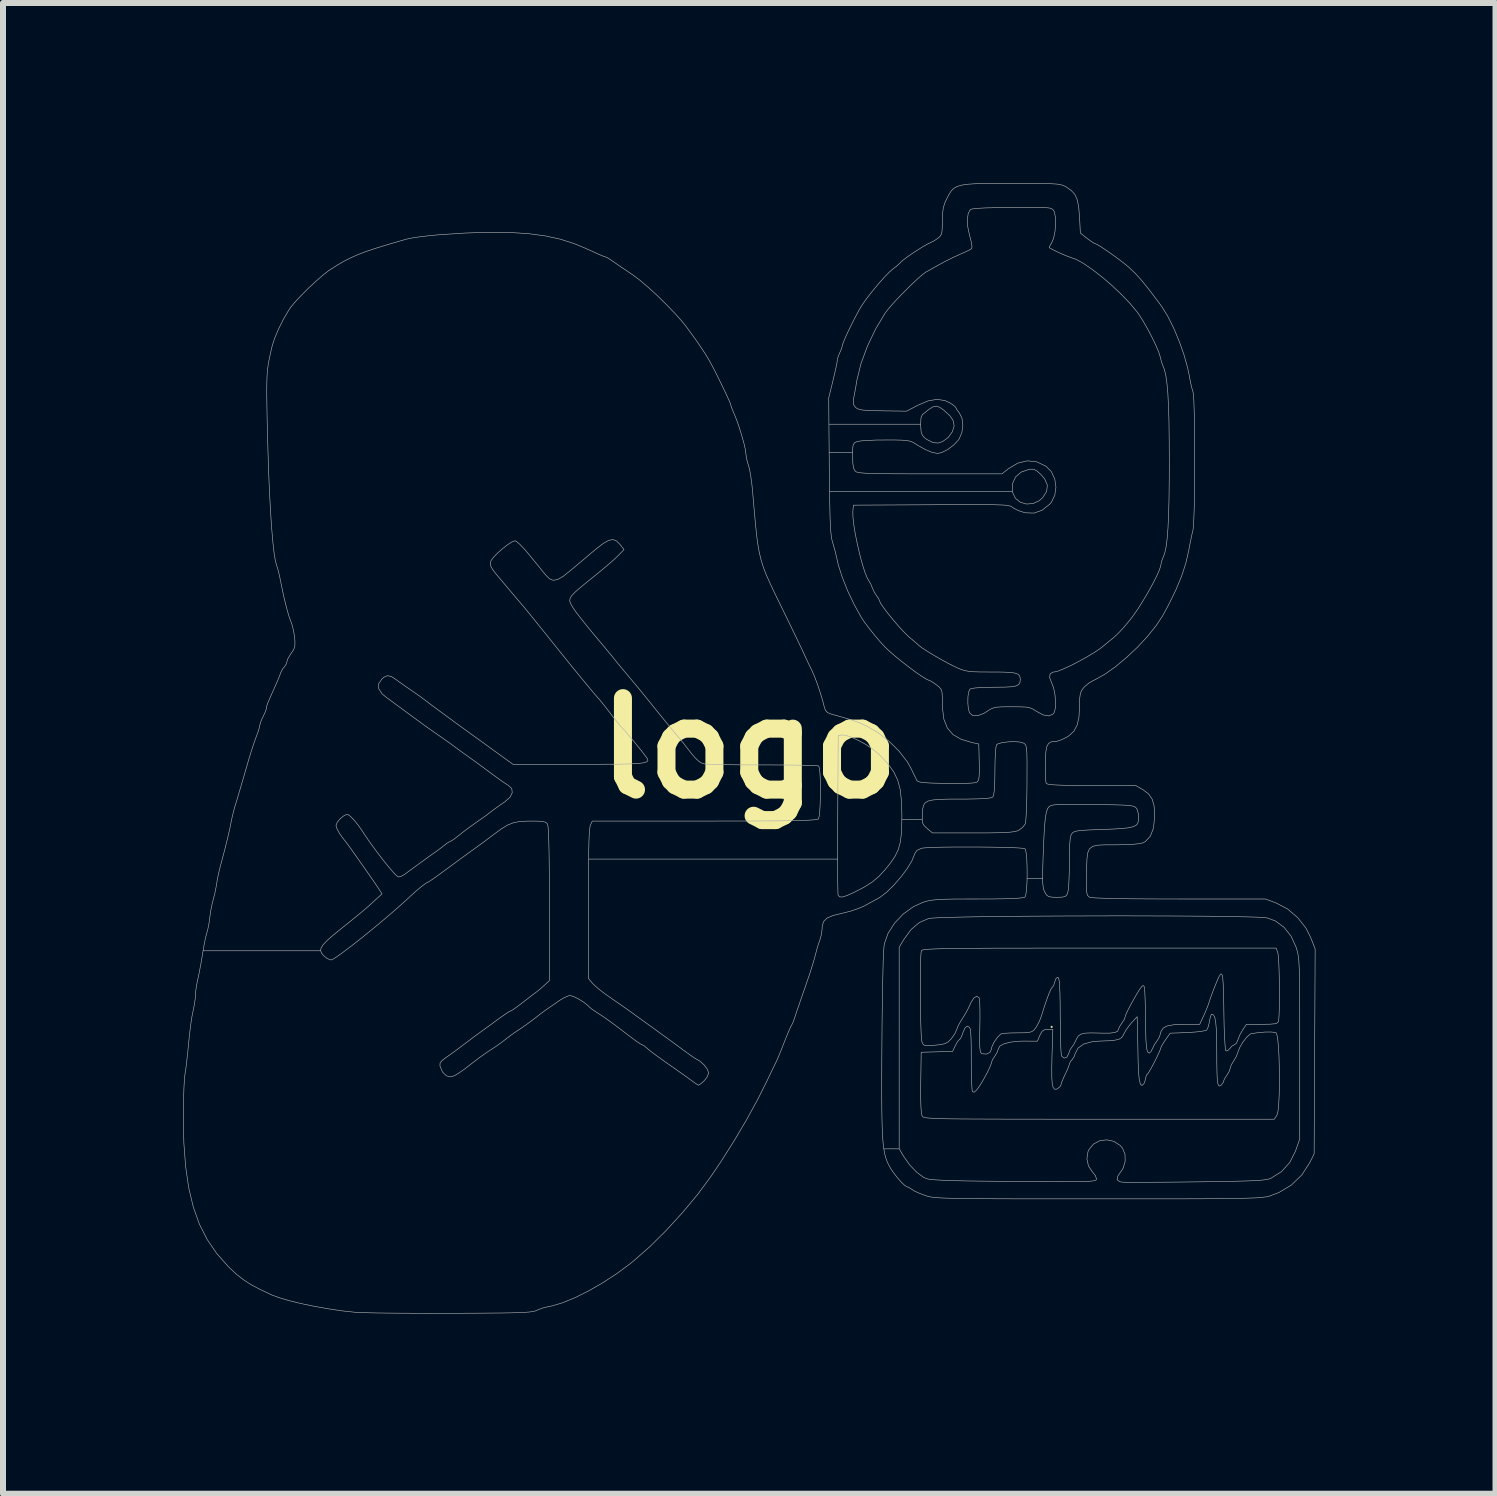
<source format=kicad_pcb>
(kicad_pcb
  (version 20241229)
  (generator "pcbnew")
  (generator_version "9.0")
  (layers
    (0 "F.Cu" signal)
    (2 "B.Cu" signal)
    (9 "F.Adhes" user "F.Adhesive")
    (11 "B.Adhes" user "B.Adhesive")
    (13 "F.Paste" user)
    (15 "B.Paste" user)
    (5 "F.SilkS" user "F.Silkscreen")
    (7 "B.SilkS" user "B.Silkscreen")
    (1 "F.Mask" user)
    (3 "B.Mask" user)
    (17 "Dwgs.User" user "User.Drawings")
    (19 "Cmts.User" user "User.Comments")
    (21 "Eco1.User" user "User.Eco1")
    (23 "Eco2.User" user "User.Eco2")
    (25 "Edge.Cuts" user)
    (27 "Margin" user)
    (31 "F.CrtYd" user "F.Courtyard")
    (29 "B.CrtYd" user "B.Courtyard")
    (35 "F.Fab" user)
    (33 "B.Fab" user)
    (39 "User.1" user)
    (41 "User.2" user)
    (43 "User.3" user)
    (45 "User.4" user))
  (footprint "logo"
    (layer "F.Cu")
    (at 9.434 9.417)
    (property "Reference" "logo" (at 0 0 0) (layer "F.SilkS") (effects (font (size 1.524 1.524) (thickness 0.3))))
    (attr through_hole)
    (fp_poly (pts (xy 5.052 4.643) (xy 5.038 4.657) (xy 5.024 4.643) (xy 5.038 4.628) (xy 5.052 4.643)) (stroke (width 0.01) (type solid)) (fill yes) (layer "F.SilkS"))
    (fp_poly (pts (xy 7.736 4.444) (xy 7.757 4.487) (xy 7.772 4.565) (xy 7.782 4.683) (xy 7.788 4.848) (xy 7.789 5.048) (xy 7.79 5.251) (xy 7.793 5.405) (xy 7.798 5.513) (xy 7.807 5.583) (xy 7.82 5.619) (xy 7.838 5.628) (xy 7.861 5.615) (xy 7.863 5.613) (xy 7.897 5.569) (xy 7.903 5.549) (xy 7.919 5.506) (xy 7.958 5.447) (xy 7.959 5.447) (xy 7.998 5.383) (xy 8.014 5.331) (xy 8.031 5.276) (xy 8.067 5.218) (xy 8.113 5.141) (xy 8.138 5.076) (xy 8.17 4.99) (xy 8.223 4.899) (xy 8.284 4.819) (xy 8.342 4.767) (xy 8.366 4.756) (xy 8.479 4.739) (xy 8.594 4.729) (xy 8.694 4.728) (xy 8.762 4.735) (xy 8.777 4.741) (xy 8.793 4.778) (xy 8.807 4.863) (xy 8.818 4.983) (xy 8.826 5.131) (xy 8.831 5.297) (xy 8.834 5.469) (xy 8.833 5.64) (xy 8.829 5.798) (xy 8.821 5.935) (xy 8.811 6.04) (xy 8.796 6.104) (xy 8.792 6.113) (xy 8.748 6.181) (xy 5.828 6.181) (xy 5.359 6.181) (xy 4.942 6.181) (xy 4.576 6.18) (xy 4.256 6.18) (xy 3.98 6.179) (xy 3.744 6.178) (xy 3.545 6.177) (xy 3.38 6.175) (xy 3.246 6.173) (xy 3.139 6.17) (xy 3.055 6.166) (xy 2.993 6.162) (xy 2.948 6.157) (xy 2.918 6.151) (xy 2.899 6.145) (xy 2.888 6.137) (xy 2.881 6.128) (xy 2.879 6.125) (xy 2.868 6.073) (xy 2.86 5.97) (xy 2.856 5.821) (xy 2.856 5.632) (xy 2.857 5.567) (xy 2.865 5.066) (xy 3.127 5.058) (xy 3.389 5.05) (xy 3.435 4.952) (xy 3.47 4.889) (xy 3.499 4.856) (xy 3.504 4.854) (xy 3.524 4.83) (xy 3.55 4.769) (xy 3.559 4.741) (xy 3.594 4.662) (xy 3.632 4.63) (xy 3.668 4.65) (xy 3.682 4.678) (xy 3.689 4.722) (xy 3.694 4.811) (xy 3.698 4.936) (xy 3.699 5.087) (xy 3.699 5.207) (xy 3.7 5.368) (xy 3.703 5.51) (xy 3.708 5.623) (xy 3.714 5.698) (xy 3.72 5.722) (xy 3.746 5.732) (xy 3.787 5.696) (xy 3.808 5.67) (xy 3.86 5.592) (xy 3.916 5.496) (xy 3.97 5.396) (xy 4.011 5.309) (xy 4.034 5.248) (xy 4.036 5.236) (xy 4.052 5.19) (xy 4.091 5.13) (xy 4.092 5.129) (xy 4.132 5.064) (xy 4.149 5.011) (xy 4.175 4.962) (xy 4.25 4.923) (xy 4.364 4.895) (xy 4.509 4.881) (xy 4.578 4.88) (xy 4.801 4.881) (xy 4.842 4.783) (xy 4.879 4.716) (xy 4.924 4.689) (xy 4.97 4.685) (xy 5.058 4.685) (xy 5.044 5.129) (xy 5.04 5.33) (xy 5.041 5.48) (xy 5.048 5.585) (xy 5.062 5.649) (xy 5.085 5.68) (xy 5.116 5.682) (xy 5.136 5.673) (xy 5.181 5.635) (xy 5.194 5.608) (xy 5.206 5.565) (xy 5.237 5.491) (xy 5.264 5.433) (xy 5.303 5.349) (xy 5.328 5.284) (xy 5.334 5.26) (xy 5.354 5.216) (xy 5.375 5.194) (xy 5.411 5.142) (xy 5.432 5.085) (xy 5.48 4.994) (xy 5.575 4.928) (xy 5.716 4.889) (xy 5.83 4.88) (xy 5.982 4.874) (xy 6.087 4.865) (xy 6.157 4.85) (xy 6.2 4.825) (xy 6.228 4.788) (xy 6.24 4.763) (xy 6.281 4.689) (xy 6.344 4.604) (xy 6.369 4.575) (xy 6.463 4.473) (xy 6.468 4.657) (xy 6.47 4.759) (xy 6.473 4.899) (xy 6.476 5.057) (xy 6.479 5.202) (xy 6.485 5.388) (xy 6.498 5.519) (xy 6.517 5.596) (xy 6.542 5.62) (xy 6.574 5.591) (xy 6.577 5.588) (xy 6.601 5.523) (xy 6.604 5.498) (xy 6.618 5.447) (xy 6.632 5.433) (xy 6.655 5.402) (xy 6.695 5.334) (xy 6.742 5.246) (xy 6.79 5.152) (xy 6.829 5.067) (xy 6.854 5.007) (xy 6.858 4.99) (xy 6.873 4.956) (xy 6.911 4.894) (xy 6.936 4.858) (xy 7.013 4.748) (xy 7.302 4.737) (xy 7.426 4.729) (xy 7.53 4.718) (xy 7.6 4.704) (xy 7.622 4.695) (xy 7.645 4.648) (xy 7.664 4.572) (xy 7.668 4.547) (xy 7.683 4.475) (xy 7.701 4.434) (xy 7.707 4.431) (xy 7.736 4.444)) (stroke (width 0.01) (type solid)) (fill no) (layer "F.Fab"))
    (fp_poly (pts (xy 8.806 3.403) (xy 8.814 3.452) (xy 8.821 3.547) (xy 8.827 3.675) (xy 8.831 3.825) (xy 8.833 3.986) (xy 8.834 4.147) (xy 8.832 4.295) (xy 8.829 4.421) (xy 8.823 4.512) (xy 8.816 4.556) (xy 8.798 4.577) (xy 8.755 4.591) (xy 8.677 4.598) (xy 8.555 4.6) (xy 8.541 4.6) (xy 8.283 4.601) (xy 8.222 4.692) (xy 8.175 4.774) (xy 8.143 4.854) (xy 8.141 4.861) (xy 8.116 4.917) (xy 8.086 4.939) (xy 8.045 4.96) (xy 8.008 5.002) (xy 7.969 5.041) (xy 7.941 5.042) (xy 7.933 5.008) (xy 7.926 4.926) (xy 7.919 4.805) (xy 7.913 4.654) (xy 7.909 4.481) (xy 7.908 4.422) (xy 7.905 4.203) (xy 7.901 4.035) (xy 7.896 3.913) (xy 7.889 3.83) (xy 7.881 3.781) (xy 7.869 3.761) (xy 7.855 3.764) (xy 7.848 3.77) (xy 7.826 3.808) (xy 7.792 3.884) (xy 7.752 3.982) (xy 7.712 4.086) (xy 7.678 4.181) (xy 7.662 4.233) (xy 7.639 4.298) (xy 7.602 4.39) (xy 7.574 4.452) (xy 7.505 4.6) (xy 7.241 4.6) (xy 7.082 4.606) (xy 6.971 4.625) (xy 6.9 4.66) (xy 6.861 4.715) (xy 6.85 4.761) (xy 6.823 4.833) (xy 6.795 4.874) (xy 6.75 4.94) (xy 6.72 5.002) (xy 6.691 5.058) (xy 6.664 5.08) (xy 6.644 5.069) (xy 6.628 5.032) (xy 6.617 4.963) (xy 6.609 4.857) (xy 6.605 4.706) (xy 6.602 4.505) (xy 6.602 4.487) (xy 6.6 4.327) (xy 6.596 4.184) (xy 6.591 4.069) (xy 6.584 3.993) (xy 6.579 3.968) (xy 6.565 3.953) (xy 6.541 3.969) (xy 6.502 4.021) (xy 6.445 4.115) (xy 6.412 4.173) (xy 6.351 4.283) (xy 6.302 4.378) (xy 6.272 4.445) (xy 6.265 4.469) (xy 6.249 4.517) (xy 6.209 4.579) (xy 6.209 4.58) (xy 6.17 4.638) (xy 6.152 4.68) (xy 6.152 4.681) (xy 6.139 4.715) (xy 6.092 4.736) (xy 6.006 4.747) (xy 5.873 4.747) (xy 5.835 4.746) (xy 5.69 4.743) (xy 5.589 4.748) (xy 5.523 4.765) (xy 5.481 4.796) (xy 5.452 4.845) (xy 5.444 4.862) (xy 5.41 4.932) (xy 5.376 4.98) (xy 5.374 4.981) (xy 5.343 5.028) (xy 5.323 5.087) (xy 5.293 5.146) (xy 5.25 5.163) (xy 5.21 5.136) (xy 5.202 5.118) (xy 5.196 5.077) (xy 5.191 4.989) (xy 5.187 4.862) (xy 5.184 4.705) (xy 5.182 4.527) (xy 5.181 4.45) (xy 5.18 4.235) (xy 5.176 4.071) (xy 5.171 3.952) (xy 5.164 3.874) (xy 5.154 3.83) (xy 5.143 3.817) (xy 5.113 3.833) (xy 5.09 3.892) (xy 5.072 3.953) (xy 5.052 3.979) (xy 5.051 3.979) (xy 5.031 4.005) (xy 4.999 4.074) (xy 4.961 4.176) (xy 4.918 4.3) (xy 4.876 4.437) (xy 4.872 4.451) (xy 4.834 4.55) (xy 4.785 4.641) (xy 4.775 4.656) (xy 4.742 4.697) (xy 4.708 4.722) (xy 4.66 4.735) (xy 4.584 4.741) (xy 4.465 4.742) (xy 4.351 4.744) (xy 4.257 4.75) (xy 4.2 4.759) (xy 4.19 4.763) (xy 4.132 4.821) (xy 4.077 4.9) (xy 4.042 4.976) (xy 4.036 5.01) (xy 4.012 5.066) (xy 3.953 5.096) (xy 3.879 5.09) (xy 3.875 5.088) (xy 3.859 5.074) (xy 3.848 5.041) (xy 3.841 4.982) (xy 3.839 4.888) (xy 3.84 4.75) (xy 3.842 4.631) (xy 3.844 4.478) (xy 3.843 4.343) (xy 3.84 4.237) (xy 3.834 4.172) (xy 3.83 4.157) (xy 3.792 4.133) (xy 3.745 4.159) (xy 3.697 4.23) (xy 3.685 4.257) (xy 3.643 4.347) (xy 3.597 4.431) (xy 3.534 4.532) (xy 3.523 4.548) (xy 3.481 4.624) (xy 3.456 4.689) (xy 3.427 4.754) (xy 3.375 4.829) (xy 3.364 4.843) (xy 3.315 4.892) (xy 3.263 4.921) (xy 3.188 4.938) (xy 3.096 4.948) (xy 2.995 4.956) (xy 2.935 4.955) (xy 2.903 4.941) (xy 2.884 4.91) (xy 2.878 4.894) (xy 2.871 4.848) (xy 2.864 4.755) (xy 2.859 4.625) (xy 2.855 4.467) (xy 2.853 4.292) (xy 2.851 4.108) (xy 2.85 3.926) (xy 2.851 3.755) (xy 2.854 3.604) (xy 2.857 3.484) (xy 2.863 3.403) (xy 2.868 3.375) (xy 2.874 3.368) (xy 2.891 3.361) (xy 2.92 3.356) (xy 2.965 3.351) (xy 3.029 3.347) (xy 3.115 3.343) (xy 3.226 3.34) (xy 3.366 3.337) (xy 3.538 3.335) (xy 3.744 3.334) (xy 3.989 3.332) (xy 4.274 3.331) (xy 4.604 3.331) (xy 4.981 3.33) (xy 5.409 3.33) (xy 5.832 3.33) (xy 8.779 3.33) (xy 8.806 3.403)) (stroke (width 0.01) (type solid)) (fill no) (layer "F.Fab"))
    (fp_poly (pts (xy 4.61 -9.412) (xy 4.796 -9.411) (xy 4.939 -9.409) (xy 5.047 -9.405) (xy 5.125 -9.4) (xy 5.182 -9.391) (xy 5.223 -9.38) (xy 5.256 -9.366) (xy 5.275 -9.356) (xy 5.363 -9.295) (xy 5.425 -9.228) (xy 5.464 -9.142) (xy 5.488 -9.024) (xy 5.502 -8.864) (xy 5.517 -8.584) (xy 5.627 -8.497) (xy 5.694 -8.447) (xy 5.744 -8.415) (xy 5.757 -8.41) (xy 5.795 -8.394) (xy 5.867 -8.351) (xy 5.961 -8.288) (xy 6.067 -8.213) (xy 6.175 -8.134) (xy 6.273 -8.057) (xy 6.328 -8.011) (xy 6.432 -7.912) (xy 6.548 -7.783) (xy 6.681 -7.617) (xy 6.836 -7.41) (xy 6.876 -7.355) (xy 6.973 -7.198) (xy 7.071 -7.002) (xy 7.163 -6.783) (xy 7.243 -6.557) (xy 7.304 -6.34) (xy 7.334 -6.195) (xy 7.354 -6.088) (xy 7.377 -5.993) (xy 7.392 -5.946) (xy 7.4 -5.897) (xy 7.407 -5.799) (xy 7.412 -5.66) (xy 7.417 -5.488) (xy 7.42 -5.291) (xy 7.422 -5.075) (xy 7.422 -4.85) (xy 7.422 -4.623) (xy 7.42 -4.401) (xy 7.418 -4.192) (xy 7.414 -4.004) (xy 7.408 -3.845) (xy 7.402 -3.722) (xy 7.395 -3.644) (xy 7.391 -3.627) (xy 7.371 -3.541) (xy 7.347 -3.425) (xy 7.324 -3.303) (xy 7.324 -3.302) (xy 7.275 -3.086) (xy 7.203 -2.865) (xy 7.105 -2.63) (xy 6.976 -2.369) (xy 6.889 -2.209) (xy 6.779 -2.042) (xy 6.636 -1.864) (xy 6.469 -1.684) (xy 6.287 -1.513) (xy 6.103 -1.359) (xy 5.925 -1.233) (xy 5.764 -1.143) (xy 5.736 -1.131) (xy 5.653 -1.082) (xy 5.577 -1.015) (xy 5.573 -1.01) (xy 5.537 -0.961) (xy 5.516 -0.907) (xy 5.506 -0.833) (xy 5.503 -0.721) (xy 5.503 -0.704) (xy 5.494 -0.524) (xy 5.464 -0.387) (xy 5.41 -0.285) (xy 5.326 -0.207) (xy 5.291 -0.185) (xy 5.205 -0.142) (xy 5.128 -0.116) (xy 5.102 -0.113) (xy 5.035 -0.107) (xy 4.989 -0.082) (xy 4.959 -0.03) (xy 4.942 0.057) (xy 4.934 0.189) (xy 4.933 0.254) (xy 4.932 0.38) (xy 4.936 0.487) (xy 4.942 0.561) (xy 4.949 0.586) (xy 4.97 0.597) (xy 5.021 0.606) (xy 5.107 0.612) (xy 5.233 0.617) (xy 5.404 0.62) (xy 5.625 0.621) (xy 5.705 0.621) (xy 6.439 0.621) (xy 6.561 0.692) (xy 6.653 0.761) (xy 6.712 0.846) (xy 6.745 0.958) (xy 6.755 1.111) (xy 6.754 1.148) (xy 6.735 1.329) (xy 6.684 1.464) (xy 6.6 1.554) (xy 6.561 1.576) (xy 6.499 1.59) (xy 6.391 1.601) (xy 6.244 1.607) (xy 6.109 1.609) (xy 5.934 1.609) (xy 5.808 1.615) (xy 5.722 1.635) (xy 5.668 1.676) (xy 5.639 1.745) (xy 5.626 1.852) (xy 5.621 2.003) (xy 5.62 2.082) (xy 5.618 2.233) (xy 5.619 2.338) (xy 5.624 2.406) (xy 5.634 2.446) (xy 5.651 2.469) (xy 5.669 2.482) (xy 5.713 2.49) (xy 5.812 2.496) (xy 5.968 2.502) (xy 6.179 2.506) (xy 6.446 2.509) (xy 6.769 2.511) (xy 7.149 2.512) (xy 7.163 2.512) (xy 8.601 2.512) (xy 8.78 2.579) (xy 8.969 2.678) (xy 9.138 2.822) (xy 9.276 2.998) (xy 9.356 3.157) (xy 9.429 3.344) (xy 9.42 5.052) (xy 9.412 6.759) (xy 9.341 6.901) (xy 9.207 7.109) (xy 9.034 7.277) (xy 8.824 7.403) (xy 8.664 7.463) (xy 8.634 7.471) (xy 8.596 7.477) (xy 8.548 7.483) (xy 8.485 7.489) (xy 8.404 7.493) (xy 8.302 7.497) (xy 8.175 7.5) (xy 8.02 7.503) (xy 7.833 7.505) (xy 7.61 7.506) (xy 7.349 7.507) (xy 7.046 7.508) (xy 6.698 7.508) (xy 6.3 7.508) (xy 5.849 7.508) (xy 5.799 7.508) (xy 5.348 7.508) (xy 4.949 7.508) (xy 4.6 7.508) (xy 4.296 7.507) (xy 4.035 7.506) (xy 3.813 7.505) (xy 3.625 7.503) (xy 3.47 7.501) (xy 3.343 7.498) (xy 3.24 7.495) (xy 3.158 7.49) (xy 3.094 7.485) (xy 3.044 7.48) (xy 3.005 7.473) (xy 2.972 7.465) (xy 2.943 7.456) (xy 2.921 7.448) (xy 2.824 7.411) (xy 2.745 7.374) (xy 2.707 7.349) (xy 2.659 7.317) (xy 2.635 7.31) (xy 2.595 7.288) (xy 2.535 7.232) (xy 2.465 7.152) (xy 2.396 7.061) (xy 2.36 7.008) (xy 2.327 6.951) (xy 2.299 6.893) (xy 2.276 6.83) (xy 2.256 6.755) (xy 2.24 6.665) (xy 2.228 6.556) (xy 2.219 6.421) (xy 2.213 6.257) (xy 2.209 6.059) (xy 2.207 5.822) (xy 2.207 5.541) (xy 2.208 5.212) (xy 2.21 4.933) (xy 2.213 4.58) (xy 2.217 4.261) (xy 2.221 3.979) (xy 2.227 3.738) (xy 2.232 3.542) (xy 2.239 3.392) (xy 2.244 3.316) (xy 2.498 3.316) (xy 2.498 6.675) (xy 2.575 6.804) (xy 2.676 6.946) (xy 2.79 7.065) (xy 2.904 7.149) (xy 2.961 7.174) (xy 3.007 7.183) (xy 3.091 7.191) (xy 3.216 7.198) (xy 3.384 7.204) (xy 3.598 7.209) (xy 3.861 7.213) (xy 4.176 7.216) (xy 4.424 7.218) (xy 4.736 7.22) (xy 4.997 7.221) (xy 5.21 7.222) (xy 5.381 7.222) (xy 5.515 7.22) (xy 5.615 7.218) (xy 5.687 7.214) (xy 5.735 7.208) (xy 5.765 7.201) (xy 5.78 7.193) (xy 5.785 7.182) (xy 5.786 7.174) (xy 5.766 7.119) (xy 5.719 7.059) (xy 5.717 7.057) (xy 5.652 6.961) (xy 5.626 6.843) (xy 5.643 6.725) (xy 5.657 6.692) (xy 5.735 6.596) (xy 5.839 6.54) (xy 5.957 6.525) (xy 6.075 6.55) (xy 6.179 6.617) (xy 6.221 6.667) (xy 6.261 6.767) (xy 6.263 6.885) (xy 6.229 6.998) (xy 6.195 7.05) (xy 6.138 7.133) (xy 6.129 7.189) (xy 6.169 7.221) (xy 6.216 7.23) (xy 6.264 7.232) (xy 6.361 7.233) (xy 6.502 7.233) (xy 6.68 7.232) (xy 6.887 7.231) (xy 7.119 7.229) (xy 7.367 7.226) (xy 7.451 7.225) (xy 7.742 7.221) (xy 7.983 7.217) (xy 8.178 7.213) (xy 8.333 7.208) (xy 8.452 7.203) (xy 8.542 7.196) (xy 8.608 7.188) (xy 8.655 7.178) (xy 8.689 7.167) (xy 8.692 7.165) (xy 8.867 7.055) (xy 9.005 6.903) (xy 9.101 6.714) (xy 9.104 6.705) (xy 9.172 6.51) (xy 9.172 5.005) (xy 9.172 4.675) (xy 9.172 4.396) (xy 9.171 4.164) (xy 9.17 3.973) (xy 9.168 3.818) (xy 9.165 3.695) (xy 9.16 3.597) (xy 9.155 3.521) (xy 9.148 3.461) (xy 9.139 3.412) (xy 9.128 3.37) (xy 9.115 3.328) (xy 9.111 3.313) (xy 9.027 3.131) (xy 8.911 2.984) (xy 8.769 2.879) (xy 8.63 2.827) (xy 8.573 2.821) (xy 8.464 2.815) (xy 8.309 2.81) (xy 8.113 2.806) (xy 7.88 2.802) (xy 7.616 2.799) (xy 7.324 2.797) (xy 7.011 2.795) (xy 6.681 2.794) (xy 6.338 2.793) (xy 5.988 2.793) (xy 5.636 2.794) (xy 5.286 2.795) (xy 4.943 2.797) (xy 4.612 2.799) (xy 4.299 2.802) (xy 4.007 2.805) (xy 3.742 2.809) (xy 3.509 2.814) (xy 3.312 2.819) (xy 3.157 2.824) (xy 3.048 2.83) (xy 2.99 2.837) (xy 2.987 2.837) (xy 2.834 2.904) (xy 2.698 3.019) (xy 2.576 3.186) (xy 2.574 3.189) (xy 2.498 3.316) (xy 2.244 3.316) (xy 2.246 3.294) (xy 2.251 3.258) (xy 2.314 3.081) (xy 2.423 2.912) (xy 2.567 2.761) (xy 2.735 2.64) (xy 2.891 2.569) (xy 2.947 2.551) (xy 3.005 2.538) (xy 3.072 2.528) (xy 3.157 2.521) (xy 3.268 2.516) (xy 3.413 2.513) (xy 3.598 2.512) (xy 3.81 2.512) (xy 4.058 2.511) (xy 4.254 2.508) (xy 4.401 2.504) (xy 4.504 2.497) (xy 4.568 2.489) (xy 4.595 2.478) (xy 4.609 2.436) (xy 4.62 2.352) (xy 4.627 2.238) (xy 4.629 2.172) (xy 4.888 2.172) (xy 4.891 2.263) (xy 4.9 2.328) (xy 4.914 2.376) (xy 4.924 2.397) (xy 4.954 2.447) (xy 4.991 2.473) (xy 5.052 2.482) (xy 5.124 2.484) (xy 5.215 2.481) (xy 5.266 2.469) (xy 5.294 2.44) (xy 5.306 2.411) (xy 5.316 2.358) (xy 5.324 2.261) (xy 5.33 2.131) (xy 5.334 1.98) (xy 5.334 1.909) (xy 5.335 1.728) (xy 5.34 1.596) (xy 5.348 1.506) (xy 5.361 1.449) (xy 5.374 1.424) (xy 5.394 1.403) (xy 5.425 1.387) (xy 5.476 1.376) (xy 5.555 1.368) (xy 5.672 1.361) (xy 5.835 1.355) (xy 5.875 1.354) (xy 6.07 1.346) (xy 6.217 1.337) (xy 6.322 1.325) (xy 6.394 1.308) (xy 6.441 1.287) (xy 6.469 1.259) (xy 6.47 1.258) (xy 6.489 1.192) (xy 6.486 1.105) (xy 6.465 1.024) (xy 6.451 1) (xy 6.435 0.983) (xy 6.412 0.97) (xy 6.373 0.96) (xy 6.312 0.952) (xy 6.222 0.947) (xy 6.097 0.943) (xy 5.928 0.94) (xy 5.728 0.937) (xy 5.511 0.935) (xy 5.343 0.934) (xy 5.218 0.935) (xy 5.128 0.939) (xy 5.067 0.946) (xy 5.027 0.956) (xy 5.002 0.969) (xy 4.994 0.975) (xy 4.973 1.003) (xy 4.955 1.05) (xy 4.94 1.12) (xy 4.927 1.22) (xy 4.917 1.356) (xy 4.907 1.535) (xy 4.898 1.761) (xy 4.894 1.867) (xy 4.889 2.043) (xy 4.888 2.172) (xy 4.629 2.172) (xy 4.63 2.109) (xy 4.629 1.977) (xy 4.624 1.854) (xy 4.615 1.754) (xy 4.603 1.69) (xy 4.593 1.674) (xy 4.554 1.667) (xy 4.467 1.66) (xy 4.341 1.655) (xy 4.185 1.651) (xy 4.008 1.648) (xy 3.818 1.646) (xy 3.624 1.646) (xy 3.434 1.646) (xy 3.258 1.648) (xy 3.105 1.651) (xy 2.982 1.656) (xy 2.899 1.662) (xy 2.871 1.667) (xy 2.793 1.702) (xy 2.756 1.759) (xy 2.753 1.77) (xy 2.709 1.878) (xy 2.63 2.008) (xy 2.527 2.145) (xy 2.411 2.279) (xy 2.292 2.396) (xy 2.181 2.482) (xy 2.147 2.502) (xy 2.064 2.547) (xy 1.963 2.602) (xy 1.912 2.63) (xy 1.814 2.672) (xy 1.687 2.715) (xy 1.556 2.748) (xy 1.543 2.751) (xy 1.396 2.787) (xy 1.298 2.829) (xy 1.241 2.885) (xy 1.216 2.961) (xy 1.214 3.008) (xy 1.203 3.1) (xy 1.176 3.198) (xy 1.171 3.21) (xy 1.138 3.309) (xy 1.108 3.42) (xy 1.102 3.443) (xy 1.083 3.515) (xy 1.049 3.627) (xy 1.005 3.765) (xy 0.953 3.917) (xy 0.932 3.979) (xy 0.879 4.13) (xy 0.831 4.27) (xy 0.791 4.386) (xy 0.764 4.467) (xy 0.758 4.487) (xy 0.732 4.561) (xy 0.708 4.611) (xy 0.705 4.614) (xy 0.686 4.651) (xy 0.652 4.728) (xy 0.609 4.833) (xy 0.58 4.906) (xy 0.534 5.023) (xy 0.493 5.124) (xy 0.463 5.194) (xy 0.453 5.216) (xy 0.431 5.26) (xy 0.391 5.343) (xy 0.339 5.451) (xy 0.294 5.546) (xy 0.138 5.857) (xy -0.047 6.194) (xy -0.252 6.541) (xy -0.468 6.882) (xy -0.642 7.14) (xy -0.863 7.438) (xy -1.114 7.739) (xy -1.382 8.032) (xy -1.655 8.303) (xy -1.922 8.538) (xy -1.981 8.586) (xy -2.202 8.75) (xy -2.436 8.903) (xy -2.672 9.039) (xy -2.9 9.153) (xy -3.111 9.24) (xy -3.294 9.294) (xy -3.348 9.304) (xy -3.446 9.328) (xy -3.536 9.363) (xy -3.542 9.366) (xy -3.568 9.377) (xy -3.605 9.385) (xy -3.659 9.393) (xy -3.734 9.399) (xy -3.835 9.403) (xy -3.967 9.407) (xy -4.136 9.41) (xy -4.345 9.412) (xy -4.6 9.414) (xy -4.905 9.415) (xy -4.967 9.416) (xy -5.248 9.416) (xy -5.52 9.415) (xy -5.777 9.414) (xy -6.012 9.412) (xy -6.217 9.409) (xy -6.385 9.405) (xy -6.51 9.401) (xy -6.576 9.397) (xy -6.787 9.374) (xy -7.014 9.34) (xy -7.245 9.299) (xy -7.467 9.253) (xy -7.668 9.204) (xy -7.837 9.154) (xy -7.959 9.108) (xy -8.15 9.018) (xy -8.301 8.938) (xy -8.426 8.857) (xy -8.539 8.769) (xy -8.653 8.663) (xy -8.687 8.629) (xy -8.875 8.416) (xy -9.033 8.184) (xy -9.162 7.929) (xy -9.263 7.645) (xy -9.339 7.328) (xy -9.391 6.972) (xy -9.421 6.573) (xy -9.429 6.209) (xy -9.428 6.017) (xy -9.425 5.834) (xy -9.42 5.67) (xy -9.412 5.536) (xy -9.404 5.446) (xy -9.402 5.433) (xy -9.387 5.336) (xy -9.371 5.201) (xy -9.354 5.048) (xy -9.341 4.911) (xy -9.325 4.756) (xy -9.306 4.604) (xy -9.286 4.472) (xy -9.269 4.389) (xy -9.247 4.279) (xy -9.232 4.175) (xy -9.228 4.12) (xy -9.222 4.04) (xy -9.205 3.931) (xy -9.186 3.838) (xy -9.161 3.721) (xy -9.134 3.575) (xy -9.109 3.429) (xy -9.105 3.401) (xy -9.1 3.375) (xy -7.141 3.375) (xy -7.123 3.418) (xy -7.094 3.453) (xy -7.032 3.504) (xy -6.973 3.527) (xy -6.967 3.528) (xy -6.928 3.51) (xy -6.852 3.46) (xy -6.747 3.384) (xy -6.618 3.286) (xy -6.473 3.172) (xy -6.317 3.046) (xy -6.158 2.914) (xy -6.001 2.782) (xy -5.854 2.654) (xy -5.721 2.535) (xy -5.652 2.471) (xy -5.569 2.395) (xy -5.485 2.323) (xy -5.412 2.267) (xy -5.363 2.234) (xy -5.351 2.23) (xy -5.323 2.214) (xy -5.26 2.171) (xy -5.172 2.108) (xy -5.097 2.053) (xy -4.965 1.956) (xy -4.82 1.849) (xy -4.685 1.751) (xy -4.644 1.722) (xy -4.523 1.634) (xy -4.397 1.542) (xy -4.289 1.46) (xy -4.267 1.443) (xy -4.134 1.346) (xy -4.027 1.28) (xy -3.927 1.241) (xy -3.82 1.22) (xy -3.688 1.214) (xy -3.643 1.214) (xy -3.519 1.215) (xy -3.44 1.221) (xy -3.394 1.233) (xy -3.368 1.255) (xy -3.359 1.268) (xy -3.352 1.312) (xy -3.345 1.41) (xy -3.34 1.562) (xy -3.335 1.766) (xy -3.332 2.02) (xy -3.331 2.323) (xy -3.33 2.597) (xy -3.33 3.871) (xy -3.41 3.946) (xy -3.483 4.011) (xy -3.553 4.067) (xy -3.559 4.071) (xy -3.615 4.113) (xy -3.698 4.177) (xy -3.788 4.247) (xy -3.87 4.309) (xy -3.935 4.355) (xy -3.97 4.375) (xy -3.972 4.375) (xy -4.004 4.391) (xy -4.067 4.432) (xy -4.15 4.49) (xy -4.163 4.499) (xy -4.275 4.582) (xy -4.395 4.669) (xy -4.482 4.732) (xy -4.593 4.813) (xy -4.713 4.904) (xy -4.778 4.953) (xy -4.88 5.03) (xy -4.985 5.106) (xy -5.047 5.149) (xy -5.118 5.202) (xy -5.151 5.243) (xy -5.154 5.287) (xy -5.15 5.304) (xy -5.11 5.395) (xy -5.048 5.457) (xy -4.99 5.475) (xy -4.95 5.47) (xy -4.901 5.45) (xy -4.836 5.41) (xy -4.746 5.347) (xy -4.624 5.253) (xy -4.572 5.213) (xy -4.475 5.14) (xy -4.379 5.072) (xy -4.315 5.03) (xy -4.227 4.972) (xy -4.131 4.904) (xy -4.104 4.883) (xy -4.033 4.829) (xy -3.98 4.788) (xy -3.965 4.777) (xy -3.927 4.75) (xy -3.859 4.704) (xy -3.81 4.672) (xy -3.71 4.602) (xy -3.601 4.522) (xy -3.556 4.487) (xy -3.472 4.421) (xy -3.393 4.363) (xy -3.358 4.339) (xy -3.293 4.294) (xy -3.208 4.235) (xy -3.167 4.206) (xy -3.086 4.157) (xy -3.013 4.126) (xy -2.985 4.12) (xy -2.927 4.137) (xy -2.846 4.177) (xy -2.759 4.231) (xy -2.688 4.287) (xy -2.667 4.309) (xy -2.628 4.342) (xy -2.559 4.39) (xy -2.511 4.421) (xy -2.415 4.484) (xy -2.305 4.562) (xy -2.235 4.614) (xy -2.127 4.696) (xy -2.012 4.784) (xy -1.947 4.833) (xy -1.871 4.889) (xy -1.813 4.927) (xy -1.788 4.939) (xy -1.754 4.956) (xy -1.709 4.993) (xy -1.644 5.048) (xy -1.537 5.128) (xy -1.386 5.236) (xy -1.228 5.347) (xy -1.127 5.418) (xy -1.023 5.492) (xy -0.974 5.528) (xy -0.906 5.577) (xy -0.858 5.608) (xy -0.846 5.614) (xy -0.818 5.598) (xy -0.767 5.556) (xy -0.755 5.545) (xy -0.703 5.48) (xy -0.678 5.416) (xy -0.677 5.409) (xy -0.699 5.347) (xy -0.753 5.276) (xy -0.825 5.212) (xy -0.875 5.183) (xy -0.917 5.158) (xy -0.99 5.108) (xy -1.077 5.045) (xy -1.087 5.038) (xy -1.183 4.966) (xy -1.306 4.876) (xy -1.439 4.78) (xy -1.521 4.72) (xy -1.644 4.631) (xy -1.768 4.542) (xy -1.875 4.465) (xy -1.93 4.424) (xy -2.02 4.36) (xy -2.137 4.278) (xy -2.26 4.193) (xy -2.306 4.161) (xy -2.415 4.084) (xy -2.514 4.007) (xy -2.587 3.942) (xy -2.61 3.919) (xy -2.681 3.834) (xy -2.681 2.596) (xy -2.681 2.261) (xy -2.679 1.981) (xy -2.676 1.752) (xy -2.673 1.619) (xy 1.473 1.619) (xy 1.473 1.847) (xy 1.473 2.047) (xy 1.474 2.213) (xy 1.476 2.339) (xy 1.478 2.42) (xy 1.48 2.448) (xy 1.505 2.476) (xy 1.552 2.479) (xy 1.63 2.454) (xy 1.74 2.405) (xy 1.915 2.314) (xy 2.052 2.227) (xy 2.164 2.132) (xy 2.259 2.029) (xy 2.358 1.906) (xy 2.43 1.798) (xy 2.481 1.693) (xy 2.514 1.577) (xy 2.533 1.439) (xy 2.541 1.267) (xy 2.542 1.188) (xy 2.882 1.188) (xy 2.89 1.249) (xy 2.916 1.292) (xy 2.964 1.337) (xy 3.052 1.411) (xy 3.729 1.411) (xy 3.951 1.411) (xy 4.125 1.408) (xy 4.256 1.405) (xy 4.352 1.398) (xy 4.419 1.389) (xy 4.466 1.377) (xy 4.49 1.367) (xy 4.557 1.317) (xy 4.6 1.258) (xy 4.6 1.257) (xy 4.607 1.21) (xy 4.614 1.116) (xy 4.62 0.984) (xy 4.624 0.823) (xy 4.627 0.643) (xy 4.627 0.569) (xy 4.628 0.366) (xy 4.628 0.212) (xy 4.626 0.101) (xy 4.621 0.023) (xy 4.614 -0.027) (xy 4.603 -0.057) (xy 4.588 -0.074) (xy 4.569 -0.086) (xy 4.504 -0.104) (xy 4.41 -0.11) (xy 4.307 -0.106) (xy 4.211 -0.093) (xy 4.141 -0.072) (xy 4.119 -0.055) (xy 4.11 -0.013) (xy 4.102 0.074) (xy 4.096 0.194) (xy 4.093 0.336) (xy 4.093 0.382) (xy 4.09 0.57) (xy 4.083 0.703) (xy 4.071 0.784) (xy 4.058 0.813) (xy 4.022 0.827) (xy 3.941 0.837) (xy 3.814 0.843) (xy 3.635 0.847) (xy 3.529 0.847) (xy 3.325 0.848) (xy 3.17 0.852) (xy 3.057 0.862) (xy 2.98 0.88) (xy 2.931 0.909) (xy 2.903 0.952) (xy 2.89 1.011) (xy 2.885 1.089) (xy 2.884 1.091) (xy 2.882 1.188) (xy 2.542 1.188) (xy 2.543 1.108) (xy 2.536 0.877) (xy 2.515 0.689) (xy 2.473 0.531) (xy 2.406 0.391) (xy 2.309 0.258) (xy 2.177 0.117) (xy 2.163 0.103) (xy 2.066 0.022) (xy 1.949 -0.058) (xy 1.824 -0.128) (xy 1.704 -0.184) (xy 1.604 -0.216) (xy 1.547 -0.221) (xy 1.482 -0.212) (xy 1.474 1.101) (xy 1.473 1.368) (xy 1.473 1.619) (xy -2.673 1.619) (xy -2.672 1.571) (xy -2.666 1.436) (xy -2.659 1.344) (xy -2.651 1.293) (xy -2.648 1.285) (xy -2.616 1.214) (xy -0.749 1.214) (xy -0.355 1.213) (xy -0.015 1.213) (xy 0.275 1.211) (xy 0.518 1.209) (xy 0.716 1.206) (xy 0.873 1.203) (xy 0.992 1.199) (xy 1.076 1.193) (xy 1.128 1.187) (xy 1.151 1.18) (xy 1.151 1.18) (xy 1.164 1.14) (xy 1.174 1.057) (xy 1.181 0.943) (xy 1.185 0.811) (xy 1.186 0.672) (xy 1.184 0.54) (xy 1.179 0.425) (xy 1.17 0.34) (xy 1.158 0.297) (xy 1.156 0.295) (xy 1.121 0.291) (xy 1.037 0.287) (xy 0.911 0.284) (xy 0.749 0.281) (xy 0.559 0.279) (xy 0.347 0.278) (xy 0.231 0.278) (xy 0.008 0.278) (xy -0.201 0.276) (xy -0.387 0.274) (xy -0.543 0.271) (xy -0.662 0.267) (xy -0.736 0.262) (xy -0.753 0.26) (xy -0.798 0.245) (xy -0.843 0.216) (xy -0.896 0.165) (xy -0.964 0.086) (xy -1.055 -0.03) (xy -1.082 -0.066) (xy -1.137 -0.135) (xy -1.186 -0.192) (xy -1.187 -0.193) (xy -1.219 -0.23) (xy -1.279 -0.303) (xy -1.361 -0.403) (xy -1.458 -0.522) (xy -1.538 -0.621) (xy -1.641 -0.749) (xy -1.734 -0.863) (xy -1.809 -0.956) (xy -1.861 -1.02) (xy -1.881 -1.044) (xy -2.007 -1.194) (xy -2.116 -1.324) (xy -2.201 -1.426) (xy -2.249 -1.487) (xy -2.309 -1.561) (xy -2.379 -1.645) (xy -2.395 -1.665) (xy -2.567 -1.87) (xy -2.704 -2.036) (xy -2.81 -2.169) (xy -2.889 -2.272) (xy -2.943 -2.351) (xy -2.975 -2.408) (xy -2.99 -2.449) (xy -2.991 -2.462) (xy -2.985 -2.497) (xy -2.963 -2.536) (xy -2.917 -2.587) (xy -2.843 -2.654) (xy -2.734 -2.744) (xy -2.647 -2.814) (xy -2.518 -2.919) (xy -2.395 -3.021) (xy -2.29 -3.111) (xy -2.215 -3.18) (xy -2.195 -3.199) (xy -2.087 -3.31) (xy -2.156 -3.398) (xy -2.212 -3.454) (xy -2.271 -3.477) (xy -2.341 -3.464) (xy -2.43 -3.414) (xy -2.548 -3.324) (xy -2.58 -3.297) (xy -2.702 -3.194) (xy -2.836 -3.081) (xy -2.958 -2.979) (xy -2.984 -2.957) (xy -3.102 -2.863) (xy -3.194 -2.811) (xy -3.266 -2.798) (xy -3.329 -2.824) (xy -3.391 -2.886) (xy -3.391 -2.886) (xy -3.441 -2.946) (xy -3.514 -3.037) (xy -3.601 -3.143) (xy -3.661 -3.217) (xy -3.745 -3.316) (xy -3.82 -3.395) (xy -3.878 -3.445) (xy -3.904 -3.457) (xy -3.954 -3.438) (xy -4.029 -3.389) (xy -4.115 -3.322) (xy -4.199 -3.247) (xy -4.266 -3.177) (xy -4.304 -3.123) (xy -4.307 -3.114) (xy -4.314 -3.071) (xy -4.304 -3.028) (xy -4.273 -2.974) (xy -4.214 -2.897) (xy -4.163 -2.837) (xy -4.08 -2.738) (xy -3.986 -2.627) (xy -3.928 -2.558) (xy -3.857 -2.474) (xy -3.794 -2.4) (xy -3.757 -2.357) (xy -3.726 -2.319) (xy -3.665 -2.244) (xy -3.58 -2.139) (xy -3.478 -2.012) (xy -3.362 -1.869) (xy -3.301 -1.792) (xy -3.099 -1.541) (xy -2.93 -1.331) (xy -2.789 -1.159) (xy -2.675 -1.021) (xy -2.585 -0.913) (xy -2.515 -0.833) (xy -2.514 -0.833) (xy -2.46 -0.768) (xy -2.387 -0.677) (xy -2.311 -0.577) (xy -2.301 -0.564) (xy -2.23 -0.472) (xy -2.167 -0.394) (xy -2.122 -0.344) (xy -2.116 -0.339) (xy -2.082 -0.302) (xy -2.022 -0.232) (xy -1.947 -0.143) (xy -1.867 -0.045) (xy -1.791 0.049) (xy -1.731 0.128) (xy -1.708 0.158) (xy -1.692 0.184) (xy -1.689 0.206) (xy -1.704 0.224) (xy -1.74 0.238) (xy -1.804 0.249) (xy -1.898 0.257) (xy -2.029 0.262) (xy -2.2 0.266) (xy -2.415 0.267) (xy -2.68 0.268) (xy -2.845 0.268) (xy -3.937 0.268) (xy -4.163 0.104) (xy -4.283 0.018) (xy -4.406 -0.072) (xy -4.513 -0.149) (xy -4.544 -0.171) (xy -4.723 -0.301) (xy -4.901 -0.43) (xy -5.068 -0.553) (xy -5.214 -0.66) (xy -5.329 -0.746) (xy -5.375 -0.781) (xy -5.478 -0.858) (xy -5.587 -0.935) (xy -5.644 -0.974) (xy -5.741 -1.04) (xy -5.838 -1.109) (xy -5.874 -1.136) (xy -5.96 -1.193) (xy -6.025 -1.209) (xy -6.084 -1.185) (xy -6.119 -1.156) (xy -6.174 -1.076) (xy -6.174 -0.993) (xy -6.118 -0.907) (xy -6.06 -0.858) (xy -5.857 -0.708) (xy -5.694 -0.588) (xy -5.565 -0.493) (xy -5.462 -0.418) (xy -5.381 -0.359) (xy -5.315 -0.313) (xy -5.259 -0.273) (xy -5.221 -0.247) (xy -5.113 -0.172) (xy -4.99 -0.085) (xy -4.897 -0.016) (xy -4.793 0.06) (xy -4.69 0.134) (xy -4.614 0.188) (xy -4.539 0.242) (xy -4.437 0.317) (xy -4.327 0.399) (xy -4.29 0.426) (xy -4.189 0.5) (xy -4.099 0.564) (xy -4.033 0.607) (xy -4.015 0.618) (xy -3.957 0.672) (xy -3.949 0.741) (xy -3.988 0.818) (xy -4.071 0.891) (xy -4.162 0.954) (xy -4.249 1.017) (xy -4.276 1.037) (xy -4.339 1.085) (xy -4.384 1.12) (xy -4.389 1.123) (xy -4.426 1.15) (xy -4.493 1.197) (xy -4.558 1.242) (xy -4.665 1.319) (xy -4.779 1.405) (xy -4.83 1.446) (xy -4.903 1.503) (xy -4.959 1.541) (xy -4.981 1.552) (xy -5.014 1.568) (xy -5.07 1.608) (xy -5.079 1.616) (xy -5.152 1.673) (xy -5.219 1.722) (xy -5.219 1.722) (xy -5.274 1.76) (xy -5.36 1.822) (xy -5.462 1.896) (xy -5.568 1.973) (xy -5.662 2.042) (xy -5.73 2.093) (xy -5.742 2.102) (xy -5.804 2.136) (xy -5.845 2.145) (xy -5.877 2.123) (xy -5.935 2.063) (xy -6.012 1.973) (xy -6.102 1.861) (xy -6.198 1.736) (xy -6.294 1.605) (xy -6.383 1.477) (xy -6.445 1.383) (xy -6.511 1.288) (xy -6.581 1.201) (xy -6.644 1.136) (xy -6.689 1.103) (xy -6.697 1.101) (xy -6.75 1.121) (xy -6.812 1.171) (xy -6.864 1.232) (xy -6.886 1.286) (xy -6.886 1.287) (xy -6.869 1.342) (xy -6.826 1.421) (xy -6.78 1.486) (xy -6.715 1.57) (xy -6.659 1.645) (xy -6.632 1.682) (xy -6.599 1.729) (xy -6.542 1.81) (xy -6.47 1.913) (xy -6.406 2.003) (xy -6.327 2.117) (xy -6.254 2.222) (xy -6.198 2.305) (xy -6.171 2.345) (xy -6.119 2.427) (xy -6.204 2.504) (xy -6.289 2.582) (xy -6.367 2.652) (xy -6.449 2.722) (xy -6.546 2.802) (xy -6.669 2.901) (xy -6.777 2.988) (xy -6.924 3.108) (xy -7.031 3.2) (xy -7.099 3.272) (xy -7.135 3.328) (xy -7.141 3.375) (xy -9.1 3.375) (xy -9.084 3.279) (xy -9.062 3.17) (xy -9.043 3.094) (xy -9.038 3.076) (xy -9.02 3.011) (xy -9.001 2.913) (xy -8.989 2.822) (xy -8.972 2.705) (xy -8.949 2.591) (xy -8.932 2.526) (xy -8.906 2.426) (xy -8.883 2.31) (xy -8.877 2.272) (xy -8.859 2.166) (xy -8.831 2.038) (xy -8.808 1.947) (xy -8.748 1.723) (xy -8.696 1.519) (xy -8.657 1.348) (xy -8.635 1.237) (xy -8.611 1.125) (xy -8.58 1.004) (xy -8.57 0.969) (xy -8.538 0.866) (xy -8.499 0.735) (xy -8.45 0.568) (xy -8.389 0.36) (xy -8.338 0.183) (xy -8.298 0.052) (xy -8.256 -0.075) (xy -8.22 -0.178) (xy -8.21 -0.203) (xy -8.179 -0.288) (xy -8.159 -0.357) (xy -8.156 -0.379) (xy -8.143 -0.431) (xy -8.112 -0.506) (xy -8.1 -0.529) (xy -8.064 -0.604) (xy -8.045 -0.662) (xy -8.043 -0.673) (xy -8.042 -0.693) (xy -8.035 -0.72) (xy -8.018 -0.764) (xy -7.988 -0.833) (xy -7.942 -0.938) (xy -7.894 -1.044) (xy -7.853 -1.139) (xy -7.82 -1.221) (xy -7.806 -1.26) (xy -7.772 -1.326) (xy -7.746 -1.356) (xy -7.71 -1.408) (xy -7.705 -1.437) (xy -7.689 -1.489) (xy -7.648 -1.559) (xy -7.632 -1.582) (xy -7.589 -1.646) (xy -7.571 -1.706) (xy -7.57 -1.786) (xy -7.575 -1.839) (xy -7.591 -1.948) (xy -7.616 -2.05) (xy -7.631 -2.093) (xy -7.67 -2.201) (xy -7.713 -2.354) (xy -7.758 -2.538) (xy -7.801 -2.744) (xy -7.805 -2.766) (xy -7.828 -2.878) (xy -7.852 -2.975) (xy -7.872 -3.038) (xy -7.873 -3.042) (xy -7.895 -3.12) (xy -7.917 -3.251) (xy -7.937 -3.431) (xy -7.957 -3.657) (xy -7.975 -3.925) (xy -7.992 -4.232) (xy -8.007 -4.574) (xy -8.019 -4.947) (xy -8.03 -5.348) (xy -8.034 -5.533) (xy -8.038 -5.765) (xy -8.04 -5.951) (xy -8.038 -6.102) (xy -8.033 -6.226) (xy -8.023 -6.335) (xy -8.007 -6.439) (xy -7.985 -6.547) (xy -7.957 -6.671) (xy -7.949 -6.703) (xy -7.907 -6.833) (xy -7.841 -6.989) (xy -7.761 -7.149) (xy -7.676 -7.294) (xy -7.638 -7.35) (xy -7.566 -7.437) (xy -7.464 -7.546) (xy -7.344 -7.666) (xy -7.219 -7.782) (xy -7.102 -7.884) (xy -7.007 -7.958) (xy -6.991 -7.968) (xy -6.87 -8.046) (xy -6.757 -8.112) (xy -6.645 -8.169) (xy -6.525 -8.223) (xy -6.388 -8.275) (xy -6.225 -8.33) (xy -6.027 -8.391) (xy -5.786 -8.461) (xy -5.712 -8.482) (xy -5.629 -8.5) (xy -5.506 -8.519) (xy -5.357 -8.537) (xy -5.2 -8.553) (xy -5.176 -8.555) (xy -4.735 -8.584) (xy -4.342 -8.597) (xy -3.993 -8.594) (xy -3.681 -8.574) (xy -3.402 -8.537) (xy -3.149 -8.482) (xy -2.917 -8.408) (xy -2.752 -8.34) (xy -2.602 -8.273) (xy -2.498 -8.226) (xy -2.431 -8.198) (xy -2.396 -8.186) (xy -2.389 -8.184) (xy -2.358 -8.169) (xy -2.298 -8.131) (xy -2.252 -8.099) (xy -2.167 -8.04) (xy -2.058 -7.966) (xy -1.947 -7.891) (xy -1.938 -7.885) (xy -1.821 -7.797) (xy -1.68 -7.677) (xy -1.526 -7.536) (xy -1.372 -7.384) (xy -1.228 -7.234) (xy -1.106 -7.096) (xy -1.041 -7.013) (xy -0.865 -6.77) (xy -0.728 -6.564) (xy -0.657 -6.445) (xy -0.615 -6.367) (xy -0.561 -6.263) (xy -0.502 -6.144) (xy -0.443 -6.022) (xy -0.388 -5.908) (xy -0.345 -5.814) (xy -0.317 -5.75) (xy -0.31 -5.729) (xy -0.3 -5.689) (xy -0.272 -5.619) (xy -0.256 -5.582) (xy -0.212 -5.475) (xy -0.167 -5.345) (xy -0.124 -5.207) (xy -0.088 -5.078) (xy -0.064 -4.972) (xy -0.056 -4.909) (xy -0.046 -4.828) (xy -0.02 -4.734) (xy -0.015 -4.721) (xy 0.004 -4.651) (xy 0.024 -4.54) (xy 0.043 -4.404) (xy 0.057 -4.262) (xy 0.081 -3.984) (xy 0.102 -3.754) (xy 0.121 -3.563) (xy 0.142 -3.402) (xy 0.167 -3.263) (xy 0.197 -3.137) (xy 0.235 -3.015) (xy 0.284 -2.889) (xy 0.346 -2.749) (xy 0.422 -2.588) (xy 0.515 -2.397) (xy 0.576 -2.272) (xy 0.66 -2.1) (xy 0.741 -1.933) (xy 0.813 -1.783) (xy 0.872 -1.66) (xy 0.911 -1.575) (xy 0.915 -1.566) (xy 0.965 -1.459) (xy 1.013 -1.357) (xy 1.043 -1.298) (xy 1.086 -1.2) (xy 1.136 -1.066) (xy 1.186 -0.918) (xy 1.228 -0.774) (xy 1.243 -0.713) (xy 1.267 -0.636) (xy 1.304 -0.594) (xy 1.372 -0.567) (xy 1.391 -0.562) (xy 1.563 -0.514) (xy 1.695 -0.474) (xy 1.8 -0.437) (xy 1.893 -0.399) (xy 1.947 -0.374) (xy 2.143 -0.261) (xy 2.331 -0.115) (xy 2.498 0.051) (xy 2.633 0.225) (xy 2.694 0.334) (xy 2.738 0.425) (xy 2.775 0.5) (xy 2.792 0.536) (xy 2.81 0.552) (xy 2.849 0.565) (xy 2.918 0.573) (xy 3.022 0.58) (xy 3.171 0.584) (xy 3.287 0.586) (xy 3.488 0.588) (xy 3.637 0.585) (xy 3.737 0.578) (xy 3.791 0.566) (xy 3.8 0.561) (xy 3.819 0.531) (xy 3.83 0.474) (xy 3.834 0.38) (xy 3.832 0.24) (xy 3.832 0.229) (xy 3.824 -0.071) (xy 3.711 -0.095) (xy 3.53 -0.149) (xy 3.394 -0.228) (xy 3.3 -0.338) (xy 3.243 -0.483) (xy 3.219 -0.671) (xy 3.217 -0.744) (xy 3.217 -0.86) (xy 3.211 -0.934) (xy 3.197 -0.981) (xy 3.168 -1.016) (xy 3.122 -1.054) (xy 3.12 -1.055) (xy 3.057 -1.1) (xy 3.012 -1.126) (xy 3.003 -1.129) (xy 2.96 -1.146) (xy 2.883 -1.193) (xy 2.782 -1.262) (xy 2.667 -1.347) (xy 2.547 -1.44) (xy 2.431 -1.534) (xy 2.33 -1.622) (xy 2.263 -1.685) (xy 2.185 -1.77) (xy 2.093 -1.878) (xy 2.001 -1.993) (xy 1.922 -2.098) (xy 1.871 -2.173) (xy 1.75 -2.391) (xy 1.64 -2.622) (xy 1.549 -2.85) (xy 1.483 -3.058) (xy 1.463 -3.147) (xy 1.436 -3.264) (xy 1.401 -3.39) (xy 1.389 -3.429) (xy 1.377 -3.473) (xy 1.368 -3.53) (xy 1.359 -3.604) (xy 1.353 -3.701) (xy 1.347 -3.828) (xy 1.343 -3.99) (xy 1.339 -4.191) (xy 1.338 -4.279) (xy 4.385 -4.279) (xy 4.388 -4.262) (xy 4.435 -4.164) (xy 4.516 -4.099) (xy 4.618 -4.069) (xy 4.728 -4.077) (xy 4.833 -4.125) (xy 4.889 -4.175) (xy 4.955 -4.279) (xy 4.967 -4.383) (xy 4.922 -4.488) (xy 4.863 -4.558) (xy 4.794 -4.62) (xy 4.74 -4.648) (xy 4.681 -4.649) (xy 4.665 -4.647) (xy 4.532 -4.602) (xy 4.438 -4.521) (xy 4.387 -4.411) (xy 4.385 -4.279) (xy 1.338 -4.279) (xy 1.336 -4.439) (xy 1.333 -4.704) (xy 1.332 -4.871) (xy 1.722 -4.871) (xy 1.726 -4.745) (xy 1.74 -4.663) (xy 1.765 -4.617) (xy 1.766 -4.616) (xy 1.782 -4.605) (xy 1.811 -4.596) (xy 1.856 -4.589) (xy 1.924 -4.583) (xy 2.019 -4.579) (xy 2.147 -4.576) (xy 2.311 -4.574) (xy 2.518 -4.573) (xy 2.773 -4.572) (xy 3.011 -4.572) (xy 4.211 -4.572) (xy 4.321 -4.659) (xy 4.475 -4.751) (xy 4.634 -4.789) (xy 4.793 -4.771) (xy 4.943 -4.699) (xy 5.034 -4.608) (xy 5.09 -4.486) (xy 5.11 -4.351) (xy 5.091 -4.216) (xy 5.033 -4.098) (xy 5.006 -4.066) (xy 4.878 -3.965) (xy 4.745 -3.918) (xy 4.601 -3.923) (xy 4.58 -3.928) (xy 4.487 -3.959) (xy 4.408 -3.998) (xy 4.386 -4.013) (xy 4.37 -4.025) (xy 4.347 -4.035) (xy 4.313 -4.043) (xy 4.262 -4.05) (xy 4.19 -4.054) (xy 4.091 -4.057) (xy 3.961 -4.059) (xy 3.795 -4.06) (xy 3.587 -4.06) (xy 3.332 -4.059) (xy 3.032 -4.057) (xy 1.736 -4.05) (xy 1.726 -3.951) (xy 1.727 -3.858) (xy 1.741 -3.728) (xy 1.766 -3.574) (xy 1.8 -3.406) (xy 1.839 -3.237) (xy 1.881 -3.079) (xy 1.923 -2.944) (xy 1.962 -2.843) (xy 1.99 -2.794) (xy 2.026 -2.734) (xy 2.047 -2.681) (xy 2.081 -2.605) (xy 2.121 -2.543) (xy 2.158 -2.487) (xy 2.173 -2.45) (xy 2.191 -2.411) (xy 2.239 -2.341) (xy 2.308 -2.25) (xy 2.391 -2.148) (xy 2.478 -2.045) (xy 2.562 -1.953) (xy 2.634 -1.88) (xy 2.665 -1.851) (xy 2.741 -1.788) (xy 2.803 -1.735) (xy 2.829 -1.711) (xy 2.879 -1.672) (xy 2.967 -1.615) (xy 3.079 -1.547) (xy 3.202 -1.476) (xy 3.323 -1.41) (xy 3.429 -1.357) (xy 3.454 -1.345) (xy 3.522 -1.316) (xy 3.584 -1.295) (xy 3.652 -1.282) (xy 3.737 -1.274) (xy 3.853 -1.271) (xy 4.011 -1.27) (xy 4.034 -1.27) (xy 4.21 -1.269) (xy 4.337 -1.264) (xy 4.424 -1.253) (xy 4.477 -1.234) (xy 4.505 -1.205) (xy 4.515 -1.164) (xy 4.516 -1.143) (xy 4.51 -1.094) (xy 4.488 -1.06) (xy 4.442 -1.037) (xy 4.364 -1.024) (xy 4.246 -1.018) (xy 4.079 -1.016) (xy 4.078 -1.016) (xy 3.896 -1.013) (xy 3.768 -1.005) (xy 3.694 -0.992) (xy 3.675 -0.982) (xy 3.654 -0.933) (xy 3.643 -0.849) (xy 3.642 -0.75) (xy 3.651 -0.657) (xy 3.67 -0.591) (xy 3.67 -0.591) (xy 3.723 -0.545) (xy 3.804 -0.542) (xy 3.905 -0.579) (xy 3.961 -0.614) (xy 4.015 -0.649) (xy 4.066 -0.671) (xy 4.127 -0.684) (xy 4.214 -0.69) (xy 4.339 -0.691) (xy 4.375 -0.691) (xy 4.511 -0.69) (xy 4.605 -0.686) (xy 4.671 -0.675) (xy 4.722 -0.655) (xy 4.774 -0.623) (xy 4.788 -0.614) (xy 4.899 -0.554) (xy 4.992 -0.539) (xy 5.06 -0.568) (xy 5.082 -0.597) (xy 5.101 -0.671) (xy 5.104 -0.778) (xy 5.093 -0.898) (xy 5.07 -1.01) (xy 5.037 -1.094) (xy 5.005 -1.177) (xy 5.013 -1.239) (xy 5.061 -1.269) (xy 5.08 -1.27) (xy 5.141 -1.284) (xy 5.238 -1.323) (xy 5.36 -1.379) (xy 5.493 -1.448) (xy 5.627 -1.522) (xy 5.75 -1.596) (xy 5.85 -1.663) (xy 5.898 -1.701) (xy 5.943 -1.739) (xy 6.014 -1.797) (xy 6.074 -1.846) (xy 6.149 -1.916) (xy 6.242 -2.016) (xy 6.338 -2.131) (xy 6.389 -2.197) (xy 6.471 -2.314) (xy 6.557 -2.45) (xy 6.642 -2.593) (xy 6.72 -2.734) (xy 6.786 -2.863) (xy 6.833 -2.968) (xy 6.856 -3.04) (xy 6.858 -3.054) (xy 6.871 -3.118) (xy 6.897 -3.183) (xy 6.923 -3.253) (xy 6.945 -3.356) (xy 6.963 -3.495) (xy 6.977 -3.673) (xy 6.987 -3.895) (xy 6.994 -4.163) (xy 6.998 -4.481) (xy 6.999 -4.77) (xy 6.997 -5.134) (xy 6.993 -5.446) (xy 6.985 -5.707) (xy 6.974 -5.921) (xy 6.958 -6.092) (xy 6.939 -6.221) (xy 6.916 -6.313) (xy 6.901 -6.35) (xy 6.871 -6.429) (xy 6.848 -6.519) (xy 6.848 -6.52) (xy 6.823 -6.6) (xy 6.775 -6.713) (xy 6.711 -6.846) (xy 6.637 -6.986) (xy 6.562 -7.118) (xy 6.491 -7.229) (xy 6.461 -7.271) (xy 6.341 -7.415) (xy 6.198 -7.564) (xy 6.041 -7.712) (xy 5.879 -7.851) (xy 5.72 -7.974) (xy 5.573 -8.075) (xy 5.447 -8.145) (xy 5.367 -8.174) (xy 5.312 -8.193) (xy 5.229 -8.227) (xy 5.138 -8.268) (xy 5.058 -8.307) (xy 5.007 -8.336) (xy 5 -8.341) (xy 5.007 -8.367) (xy 5.037 -8.42) (xy 5.04 -8.424) (xy 5.072 -8.501) (xy 5.094 -8.609) (xy 5.104 -8.729) (xy 5.101 -8.842) (xy 5.086 -8.93) (xy 5.071 -8.961) (xy 5.055 -8.978) (xy 5.032 -8.992) (xy 4.996 -9.002) (xy 4.939 -9.008) (xy 4.854 -9.012) (xy 4.733 -9.013) (xy 4.571 -9.013) (xy 4.375 -9.012) (xy 4.131 -9.008) (xy 3.938 -9.003) (xy 3.798 -8.995) (xy 3.712 -8.985) (xy 3.684 -8.975) (xy 3.649 -8.914) (xy 3.634 -8.813) (xy 3.641 -8.686) (xy 3.67 -8.547) (xy 3.676 -8.527) (xy 3.7 -8.432) (xy 3.711 -8.359) (xy 3.706 -8.325) (xy 3.67 -8.303) (xy 3.597 -8.268) (xy 3.514 -8.231) (xy 3.391 -8.175) (xy 3.257 -8.108) (xy 3.18 -8.066) (xy 3.083 -8.012) (xy 2.997 -7.963) (xy 2.946 -7.936) (xy 2.89 -7.895) (xy 2.806 -7.822) (xy 2.703 -7.726) (xy 2.593 -7.616) (xy 2.483 -7.504) (xy 2.384 -7.397) (xy 2.306 -7.306) (xy 2.266 -7.253) (xy 2.106 -6.986) (xy 1.969 -6.7) (xy 1.863 -6.413) (xy 1.795 -6.14) (xy 1.791 -6.116) (xy 1.771 -5.998) (xy 1.752 -5.893) (xy 1.737 -5.82) (xy 1.734 -5.809) (xy 1.735 -5.731) (xy 1.769 -5.681) (xy 1.797 -5.66) (xy 1.837 -5.644) (xy 1.897 -5.634) (xy 1.989 -5.628) (xy 2.122 -5.624) (xy 2.222 -5.622) (xy 2.621 -5.616) (xy 2.81 -5.715) (xy 2.981 -5.788) (xy 3.128 -5.813) (xy 3.26 -5.793) (xy 3.343 -5.755) (xy 3.405 -5.713) (xy 3.44 -5.681) (xy 3.443 -5.674) (xy 3.46 -5.64) (xy 3.5 -5.588) (xy 3.545 -5.497) (xy 3.559 -5.381) (xy 3.542 -5.258) (xy 3.495 -5.15) (xy 3.487 -5.138) (xy 3.406 -5.052) (xy 3.307 -4.978) (xy 3.208 -4.927) (xy 3.137 -4.912) (xy 3.05 -4.928) (xy 2.935 -4.976) (xy 2.806 -5.048) (xy 2.769 -5.072) (xy 2.727 -5.098) (xy 2.683 -5.115) (xy 2.625 -5.127) (xy 2.544 -5.133) (xy 2.428 -5.136) (xy 2.27 -5.136) (xy 2.118 -5.135) (xy 1.982 -5.129) (xy 1.874 -5.122) (xy 1.805 -5.112) (xy 1.794 -5.109) (xy 1.757 -5.091) (xy 1.735 -5.064) (xy 1.725 -5.014) (xy 1.722 -4.928) (xy 1.722 -4.871) (xy 1.332 -4.871) (xy 1.327 -5.399) (xy 2.855 -5.399) (xy 2.856 -5.368) (xy 2.864 -5.274) (xy 2.883 -5.216) (xy 2.92 -5.173) (xy 2.96 -5.144) (xy 3.062 -5.092) (xy 3.151 -5.085) (xy 3.226 -5.112) (xy 3.316 -5.18) (xy 3.383 -5.271) (xy 3.413 -5.366) (xy 3.413 -5.376) (xy 3.397 -5.459) (xy 3.344 -5.539) (xy 3.247 -5.628) (xy 3.235 -5.638) (xy 3.17 -5.682) (xy 3.116 -5.7) (xy 3.059 -5.687) (xy 2.986 -5.641) (xy 2.886 -5.559) (xy 2.884 -5.558) (xy 2.861 -5.504) (xy 2.855 -5.399) (xy 1.327 -5.399) (xy 1.324 -5.837) (xy 1.396 -6.129) (xy 1.425 -6.254) (xy 1.449 -6.362) (xy 1.464 -6.438) (xy 1.468 -6.467) (xy 1.48 -6.524) (xy 1.51 -6.594) (xy 1.54 -6.664) (xy 1.553 -6.717) (xy 1.566 -6.759) (xy 1.599 -6.838) (xy 1.647 -6.943) (xy 1.704 -7.06) (xy 1.764 -7.178) (xy 1.82 -7.283) (xy 1.867 -7.365) (xy 1.877 -7.38) (xy 1.952 -7.488) (xy 2.047 -7.61) (xy 2.149 -7.733) (xy 2.249 -7.846) (xy 2.336 -7.936) (xy 2.397 -7.988) (xy 2.466 -8.042) (xy 2.514 -8.086) (xy 2.525 -8.099) (xy 2.559 -8.13) (xy 2.627 -8.182) (xy 2.717 -8.244) (xy 2.815 -8.308) (xy 2.908 -8.366) (xy 2.981 -8.407) (xy 3.016 -8.423) (xy 3.078 -8.453) (xy 3.144 -8.498) (xy 3.181 -8.531) (xy 3.203 -8.569) (xy 3.213 -8.627) (xy 3.217 -8.719) (xy 3.217 -8.783) (xy 3.221 -8.913) (xy 3.234 -9.008) (xy 3.261 -9.093) (xy 3.294 -9.162) (xy 3.329 -9.229) (xy 3.364 -9.283) (xy 3.404 -9.326) (xy 3.457 -9.357) (xy 3.528 -9.38) (xy 3.624 -9.396) (xy 3.752 -9.405) (xy 3.916 -9.41) (xy 4.125 -9.412) (xy 4.374 -9.412) (xy 4.61 -9.412)) (stroke (width 0.01) (type solid)) (fill no) (layer "F.Fab")))
  (gr_rect
    (start -3 -3)
    (end 21.868 21.838)
    (stroke (width 0.1) (type default))
    (fill no)
    (layer "Edge.Cuts")))
</source>
